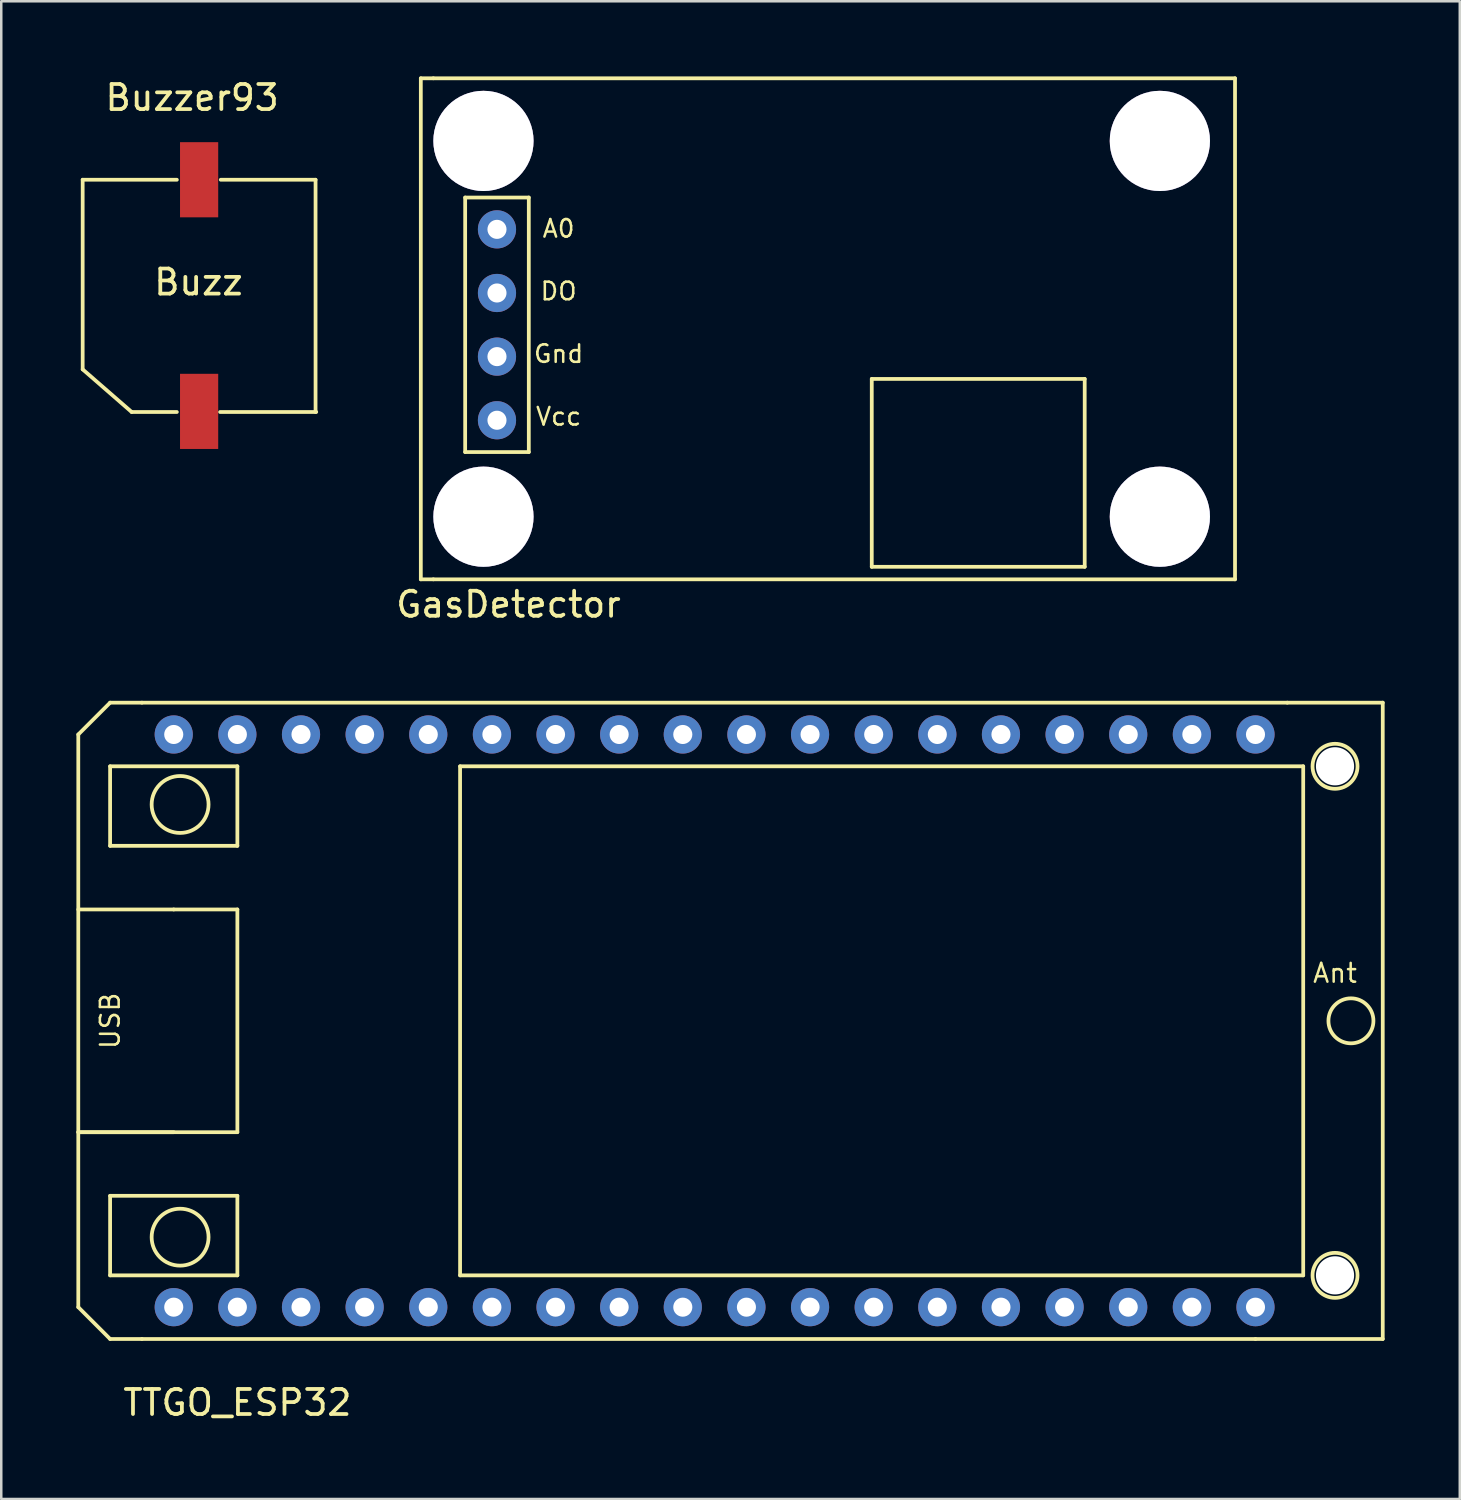
<source format=kicad_pcb>
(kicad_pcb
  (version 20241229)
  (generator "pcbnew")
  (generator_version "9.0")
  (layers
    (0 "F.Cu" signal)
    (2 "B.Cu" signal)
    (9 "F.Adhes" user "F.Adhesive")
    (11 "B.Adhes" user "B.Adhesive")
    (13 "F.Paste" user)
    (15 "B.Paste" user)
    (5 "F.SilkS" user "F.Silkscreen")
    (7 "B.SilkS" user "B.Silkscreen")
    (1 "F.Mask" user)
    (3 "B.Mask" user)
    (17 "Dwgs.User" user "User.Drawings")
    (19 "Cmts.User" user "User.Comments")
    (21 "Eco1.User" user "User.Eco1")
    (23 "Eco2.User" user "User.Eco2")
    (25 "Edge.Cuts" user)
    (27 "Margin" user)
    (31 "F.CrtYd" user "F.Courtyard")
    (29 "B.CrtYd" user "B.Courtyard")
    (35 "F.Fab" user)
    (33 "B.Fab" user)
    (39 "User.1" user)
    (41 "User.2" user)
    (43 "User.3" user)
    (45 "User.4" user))
  (footprint "TTGO_ESP32"
    (layer "F.Cu")
    (at 2.615 50.398)
    (property "Reference" "TTGO_ESP32" (at 3.81 2.54 0) (layer "F.SilkS") (effects (font (size 1 1) (thickness 0.15))))
    (attr through_hole)
    (fp_line (start -2.54 -24.13) (end -1.27 -25.4) (stroke (width 0.15) (type solid)) (layer "F.SilkS"))
    (fp_line (start -2.54 -8.255) (end 1.27 -8.255) (stroke (width 0.15) (type solid)) (layer "F.SilkS"))
    (fp_line (start -2.54 -1.27) (end -2.54 -24.13) (stroke (width 0.15) (type solid)) (layer "F.SilkS"))
    (fp_line (start -1.27 -25.4) (end 0 -25.4) (stroke (width 0.15) (type solid)) (layer "F.SilkS"))
    (fp_line (start -1.27 -22.86) (end 3.81 -22.86) (stroke (width 0.15) (type solid)) (layer "F.SilkS"))
    (fp_line (start -1.27 -19.685) (end -1.27 -22.86) (stroke (width 0.15) (type solid)) (layer "F.SilkS"))
    (fp_line (start -1.27 -5.715) (end 3.81 -5.715) (stroke (width 0.15) (type solid)) (layer "F.SilkS"))
    (fp_line (start -1.27 -2.54) (end -1.27 -5.715) (stroke (width 0.15) (type solid)) (layer "F.SilkS"))
    (fp_line (start -1.27 0) (end -2.54 -1.27) (stroke (width 0.15) (type solid)) (layer "F.SilkS"))
    (fp_line (start 0 0) (end -1.27 0) (stroke (width 0.15) (type solid)) (layer "F.SilkS"))
    (fp_line (start 1.27 -17.145) (end -2.54 -17.145) (stroke (width 0.15) (type solid)) (layer "F.SilkS"))
    (fp_line (start 1.27 -17.145) (end 3.81 -17.145) (stroke (width 0.15) (type solid)) (layer "F.SilkS"))
    (fp_line (start 3.81 -22.86) (end 3.81 -19.685) (stroke (width 0.15) (type solid)) (layer "F.SilkS"))
    (fp_line (start 3.81 -19.685) (end -1.27 -19.685) (stroke (width 0.15) (type solid)) (layer "F.SilkS"))
    (fp_line (start 3.81 -17.145) (end 3.81 -8.255) (stroke (width 0.15) (type solid)) (layer "F.SilkS"))
    (fp_line (start 3.81 -8.255) (end -2.54 -8.255) (stroke (width 0.15) (type solid)) (layer "F.SilkS"))
    (fp_line (start 3.81 -5.715) (end 3.81 -2.54) (stroke (width 0.15) (type solid)) (layer "F.SilkS"))
    (fp_line (start 3.81 -2.54) (end -1.27 -2.54) (stroke (width 0.15) (type solid)) (layer "F.SilkS"))
    (fp_line (start 12.7 -22.86) (end 46.355 -22.86) (stroke (width 0.15) (type solid)) (layer "F.SilkS"))
    (fp_line (start 12.7 -2.54) (end 12.7 -22.86) (stroke (width 0.15) (type solid)) (layer "F.SilkS"))
    (fp_line (start 44.45 0) (end 0 0) (stroke (width 0.15) (type solid)) (layer "F.SilkS"))
    (fp_line (start 45.72 -25.4) (end 0 -25.4) (stroke (width 0.15) (type solid)) (layer "F.SilkS"))
    (fp_line (start 46.355 -22.86) (end 46.355 -2.54) (stroke (width 0.15) (type solid)) (layer "F.SilkS"))
    (fp_line (start 46.355 -2.54) (end 12.7 -2.54) (stroke (width 0.15) (type solid)) (layer "F.SilkS"))
    (fp_line (start 49.53 -25.4) (end 45.72 -25.4) (stroke (width 0.15) (type solid)) (layer "F.SilkS"))
    (fp_line (start 49.53 -25.4) (end 49.53 0) (stroke (width 0.15) (type solid)) (layer "F.SilkS"))
    (fp_line (start 49.53 0) (end 44.45 0) (stroke (width 0.15) (type solid)) (layer "F.SilkS"))
    (fp_circle (center 1.524 -21.336) (end 2.54 -21.844) (stroke (width 0.15) (type solid)) (fill no) (layer "F.SilkS"))
    (fp_circle (center 1.524 -4.064) (end 2.54 -4.572) (stroke (width 0.15) (type solid)) (fill no) (layer "F.SilkS"))
    (fp_circle (center 47.625 -22.86) (end 48.26 -23.495) (stroke (width 0.15) (type solid)) (fill no) (layer "F.SilkS"))
    (fp_circle (center 47.625 -2.54) (end 48.26 -3.175) (stroke (width 0.15) (type solid)) (fill no) (layer "F.SilkS"))
    (fp_circle (center 48.26 -12.7) (end 48.895 -13.335) (stroke (width 0.15) (type solid)) (fill no) (layer "F.SilkS"))
    (fp_text user "Ant" (at 47.625 -14.605 0) (layer "F.SilkS") (effects (font (size 0.75 0.75) (thickness 0.1))))
    (fp_text user "USB" (at -1.27 -12.7 90) (layer "F.SilkS") (effects (font (size 0.75 0.75) (thickness 0.1))))
    (pad "" np_thru_hole circle (at 47.625 -22.86) (size 1.524 1.524) (drill 1.524) (layers "*.Cu" "*.Mask"))
    (pad "" np_thru_hole circle (at 47.625 -2.54) (size 1.524 1.524) (drill 1.524) (layers "*.Cu" "*.Mask"))
    (pad "1" thru_hole circle (at 1.27 -1.27) (size 1.524 1.524) (drill 0.762) (layers "*.Cu" "*.Mask"))
    (pad "2" thru_hole circle (at 3.81 -1.27) (size 1.524 1.524) (drill 0.762) (layers "*.Cu" "*.Mask"))
    (pad "3" thru_hole circle (at 6.35 -1.27) (size 1.524 1.524) (drill 0.762) (layers "*.Cu" "*.Mask"))
    (pad "4" thru_hole circle (at 8.89 -1.27) (size 1.524 1.524) (drill 0.762) (layers "*.Cu" "*.Mask"))
    (pad "5" thru_hole circle (at 11.43 -1.27) (size 1.524 1.524) (drill 0.762) (layers "*.Cu" "*.Mask"))
    (pad "6" thru_hole circle (at 13.97 -1.27) (size 1.524 1.524) (drill 0.762) (layers "*.Cu" "*.Mask"))
    (pad "7" thru_hole circle (at 16.51 -1.27) (size 1.524 1.524) (drill 0.762) (layers "*.Cu" "*.Mask"))
    (pad "8" thru_hole circle (at 19.05 -1.27) (size 1.524 1.524) (drill 0.762) (layers "*.Cu" "*.Mask"))
    (pad "9" thru_hole circle (at 21.59 -1.27) (size 1.524 1.524) (drill 0.762) (layers "*.Cu" "*.Mask"))
    (pad "10" thru_hole circle (at 24.13 -1.27) (size 1.524 1.524) (drill 0.762) (layers "*.Cu" "*.Mask"))
    (pad "11" thru_hole circle (at 26.67 -1.27) (size 1.524 1.524) (drill 0.762) (layers "*.Cu" "*.Mask"))
    (pad "12" thru_hole circle (at 29.21 -1.27) (size 1.524 1.524) (drill 0.762) (layers "*.Cu" "*.Mask"))
    (pad "13" thru_hole circle (at 31.75 -1.27) (size 1.524 1.524) (drill 0.762) (layers "*.Cu" "*.Mask"))
    (pad "14" thru_hole circle (at 34.29 -1.27) (size 1.524 1.524) (drill 0.762) (layers "*.Cu" "*.Mask"))
    (pad "15" thru_hole circle (at 36.83 -1.27) (size 1.524 1.524) (drill 0.762) (layers "*.Cu" "*.Mask"))
    (pad "16" thru_hole circle (at 39.37 -1.27) (size 1.524 1.524) (drill 0.762) (layers "*.Cu" "*.Mask"))
    (pad "17" thru_hole circle (at 41.91 -1.27) (size 1.524 1.524) (drill 0.762) (layers "*.Cu" "*.Mask"))
    (pad "18" thru_hole circle (at 44.45 -1.27) (size 1.524 1.524) (drill 0.762) (layers "*.Cu" "*.Mask"))
    (pad "19" thru_hole circle (at 1.27 -24.13) (size 1.524 1.524) (drill 0.762) (layers "*.Cu" "*.Mask"))
    (pad "20" thru_hole circle (at 3.81 -24.13) (size 1.524 1.524) (drill 0.762) (layers "*.Cu" "*.Mask"))
    (pad "21" thru_hole circle (at 6.35 -24.13) (size 1.524 1.524) (drill 0.762) (layers "*.Cu" "*.Mask"))
    (pad "22" thru_hole circle (at 8.89 -24.13) (size 1.524 1.524) (drill 0.762) (layers "*.Cu" "*.Mask"))
    (pad "23" thru_hole circle (at 11.43 -24.13) (size 1.524 1.524) (drill 0.762) (layers "*.Cu" "*.Mask"))
    (pad "24" thru_hole circle (at 13.97 -24.13) (size 1.524 1.524) (drill 0.762) (layers "*.Cu" "*.Mask"))
    (pad "25" thru_hole circle (at 16.51 -24.13) (size 1.524 1.524) (drill 0.762) (layers "*.Cu" "*.Mask"))
    (pad "26" thru_hole circle (at 19.05 -24.13) (size 1.524 1.524) (drill 0.762) (layers "*.Cu" "*.Mask"))
    (pad "27" thru_hole circle (at 21.59 -24.13) (size 1.524 1.524) (drill 0.762) (layers "*.Cu" "*.Mask"))
    (pad "28" thru_hole circle (at 24.13 -24.13) (size 1.524 1.524) (drill 0.762) (layers "*.Cu" "*.Mask"))
    (pad "29" thru_hole circle (at 26.67 -24.13) (size 1.524 1.524) (drill 0.762) (layers "*.Cu" "*.Mask"))
    (pad "30" thru_hole circle (at 29.21 -24.13) (size 1.524 1.524) (drill 0.762) (layers "*.Cu" "*.Mask"))
    (pad "31" thru_hole circle (at 31.75 -24.13) (size 1.524 1.524) (drill 0.762) (layers "*.Cu" "*.Mask"))
    (pad "32" thru_hole circle (at 34.29 -24.13) (size 1.524 1.524) (drill 0.762) (layers "*.Cu" "*.Mask"))
    (pad "33" thru_hole circle (at 36.83 -24.13) (size 1.524 1.524) (drill 0.762) (layers "*.Cu" "*.Mask"))
    (pad "34" thru_hole circle (at 39.37 -24.13) (size 1.524 1.524) (drill 0.762) (layers "*.Cu" "*.Mask"))
    (pad "35" thru_hole circle (at 41.91 -24.13) (size 1.524 1.524) (drill 0.762) (layers "*.Cu" "*.Mask"))
    (pad "36" thru_hole circle (at 44.45 -24.13) (size 1.524 1.524) (drill 0.762) (layers "*.Cu" "*.Mask")))
  (footprint "Buzzer93"
    (layer "F.Cu")
    (at 0.25 13.396)
    (property "Reference" "Buzzer93" (at 4.369 -12.548 0) (layer "F.SilkS") (effects (font (size 1 1) (thickness 0.15))))
    (attr through_hole)
    (fp_line (start 0 -9.271) (end 3.759 -9.271) (stroke (width 0.15) (type solid)) (layer "F.SilkS"))
    (fp_line (start 0 -1.702) (end 0 -9.271) (stroke (width 0.15) (type solid)) (layer "F.SilkS"))
    (fp_line (start 1.956 0) (end 0 -1.702) (stroke (width 0.15) (type solid)) (layer "F.SilkS"))
    (fp_line (start 1.956 0) (end 3.759 0) (stroke (width 0.15) (type solid)) (layer "F.SilkS"))
    (fp_line (start 5.486 0) (end 9.322 0) (stroke (width 0.15) (type solid)) (layer "F.SilkS"))
    (fp_line (start 5.512 -9.271) (end 9.296 -9.271) (stroke (width 0.15) (type solid)) (layer "F.SilkS"))
    (fp_line (start 9.296 -9.271) (end 9.296 0) (stroke (width 0.15) (type solid)) (layer "F.SilkS"))
    (fp_text user "Buzz" (at 4.623 -5.182 0) (layer "F.SilkS") (effects (font (size 1 1) (thickness 0.15))))
    (pad "1" smd rect (at 4.648 -0.025) (size 1.524 3) (layers "F.Cu" "F.Mask" "F.Paste"))
    (pad "2" smd rect (at 4.648 -9.271) (size 1.524 3) (layers "F.Cu" "F.Mask" "F.Paste")))
  (footprint "GasDetector"
    (layer "F.Cu")
    (at 14.248 20.075)
    (property "Reference" "GasDetector" (at 3 1 0) (layer "F.SilkS") (effects (font (size 1 1) (thickness 0.15))))
    (attr through_hole)
    (fp_line (start -0.5 -20) (end 0 -20) (stroke (width 0.15) (type solid)) (layer "F.SilkS"))
    (fp_line (start -0.5 0) (end -0.5 -20) (stroke (width 0.15) (type solid)) (layer "F.SilkS"))
    (fp_line (start 0 0) (end -0.5 0) (stroke (width 0.15) (type solid)) (layer "F.SilkS"))
    (fp_line (start 0 0) (end 32 0) (stroke (width 0.15) (type solid)) (layer "F.SilkS"))
    (fp_line (start 1.27 -15.24) (end 3.81 -15.24) (stroke (width 0.15) (type solid)) (layer "F.SilkS"))
    (fp_line (start 1.27 -5.08) (end 1.27 -15.24) (stroke (width 0.15) (type solid)) (layer "F.SilkS"))
    (fp_line (start 3.81 -15.24) (end 3.81 -5.08) (stroke (width 0.15) (type solid)) (layer "F.SilkS"))
    (fp_line (start 3.81 -5.08) (end 1.27 -5.08) (stroke (width 0.15) (type solid)) (layer "F.SilkS"))
    (fp_line (start 17.5 -8) (end 17.5 -0.5) (stroke (width 0.15) (type solid)) (layer "F.SilkS"))
    (fp_line (start 26 -8) (end 17.5 -8) (stroke (width 0.15) (type solid)) (layer "F.SilkS"))
    (fp_line (start 26 -0.5) (end 17.5 -0.5) (stroke (width 0.15) (type solid)) (layer "F.SilkS"))
    (fp_line (start 26 -0.5) (end 26 -8) (stroke (width 0.15) (type solid)) (layer "F.SilkS"))
    (fp_line (start 32 -20) (end 0 -20) (stroke (width 0.15) (type solid)) (layer "F.SilkS"))
    (fp_line (start 32 0) (end 32 -20) (stroke (width 0.15) (type solid)) (layer "F.SilkS"))
    (fp_circle (center 2 -17.5) (end 3 -19) (stroke (width 0.15) (type solid)) (fill no) (layer "F.SilkS"))
    (fp_circle (center 2 -2.5) (end 3.5 -3.5) (stroke (width 0.15) (type solid)) (fill no) (layer "F.SilkS"))
    (fp_circle (center 29 -17.5) (end 30.5 -18.5) (stroke (width 0.15) (type solid)) (fill no) (layer "F.SilkS"))
    (fp_circle (center 29 -2.5) (end 30.5 -3.5) (stroke (width 0.15) (type solid)) (fill no) (layer "F.SilkS"))
    (fp_text user "DO" (at 5 -11.5 0) (layer "F.SilkS") (effects (font (size 0.7 0.7) (thickness 0.1))))
    (fp_text user "A0" (at 5 -14 0) (layer "F.SilkS") (effects (font (size 0.7 0.7) (thickness 0.1))))
    (fp_text user "Vcc" (at 5 -6.5 0) (layer "F.SilkS") (effects (font (size 0.7 0.7) (thickness 0.1))))
    (fp_text user "Gnd" (at 5 -9 0) (layer "F.SilkS") (effects (font (size 0.7 0.7) (thickness 0.1))))
    (pad "1" thru_hole circle (at 2.54 -13.97) (size 1.524 1.524) (drill 0.762) (layers "*.Cu" "*.Mask"))
    (pad "2" thru_hole circle (at 2.54 -11.43) (size 1.524 1.524) (drill 0.762) (layers "*.Cu" "*.Mask"))
    (pad "3" thru_hole circle (at 2.54 -8.89) (size 1.524 1.524) (drill 0.762) (layers "*.Cu" "*.Mask"))
    (pad "4" thru_hole circle (at 2.54 -6.35) (size 1.524 1.524) (drill 0.762) (layers "*.Cu" "*.Mask"))
    (pad "5" thru_hole circle (at 29 -2.5) (size 4 4) (drill 4) (layers "*.Cu" "*.Mask"))
    (pad "6" thru_hole circle (at 2 -2.5) (size 4 4) (drill 4) (layers "*.Cu" "*.Mask"))
    (pad "7" thru_hole circle (at 2 -17.5) (size 4 4) (drill 4) (layers "*.Cu" "*.Mask"))
    (pad "8" thru_hole circle (at 29 -17.5) (size 4 4) (drill 4) (layers "*.Cu" "*.Mask")))
  (gr_rect
    (start -3 -3)
    (end 55.22 56.786)
    (stroke (width 0.1) (type default))
    (fill no)
    (layer "Edge.Cuts")))
</source>
